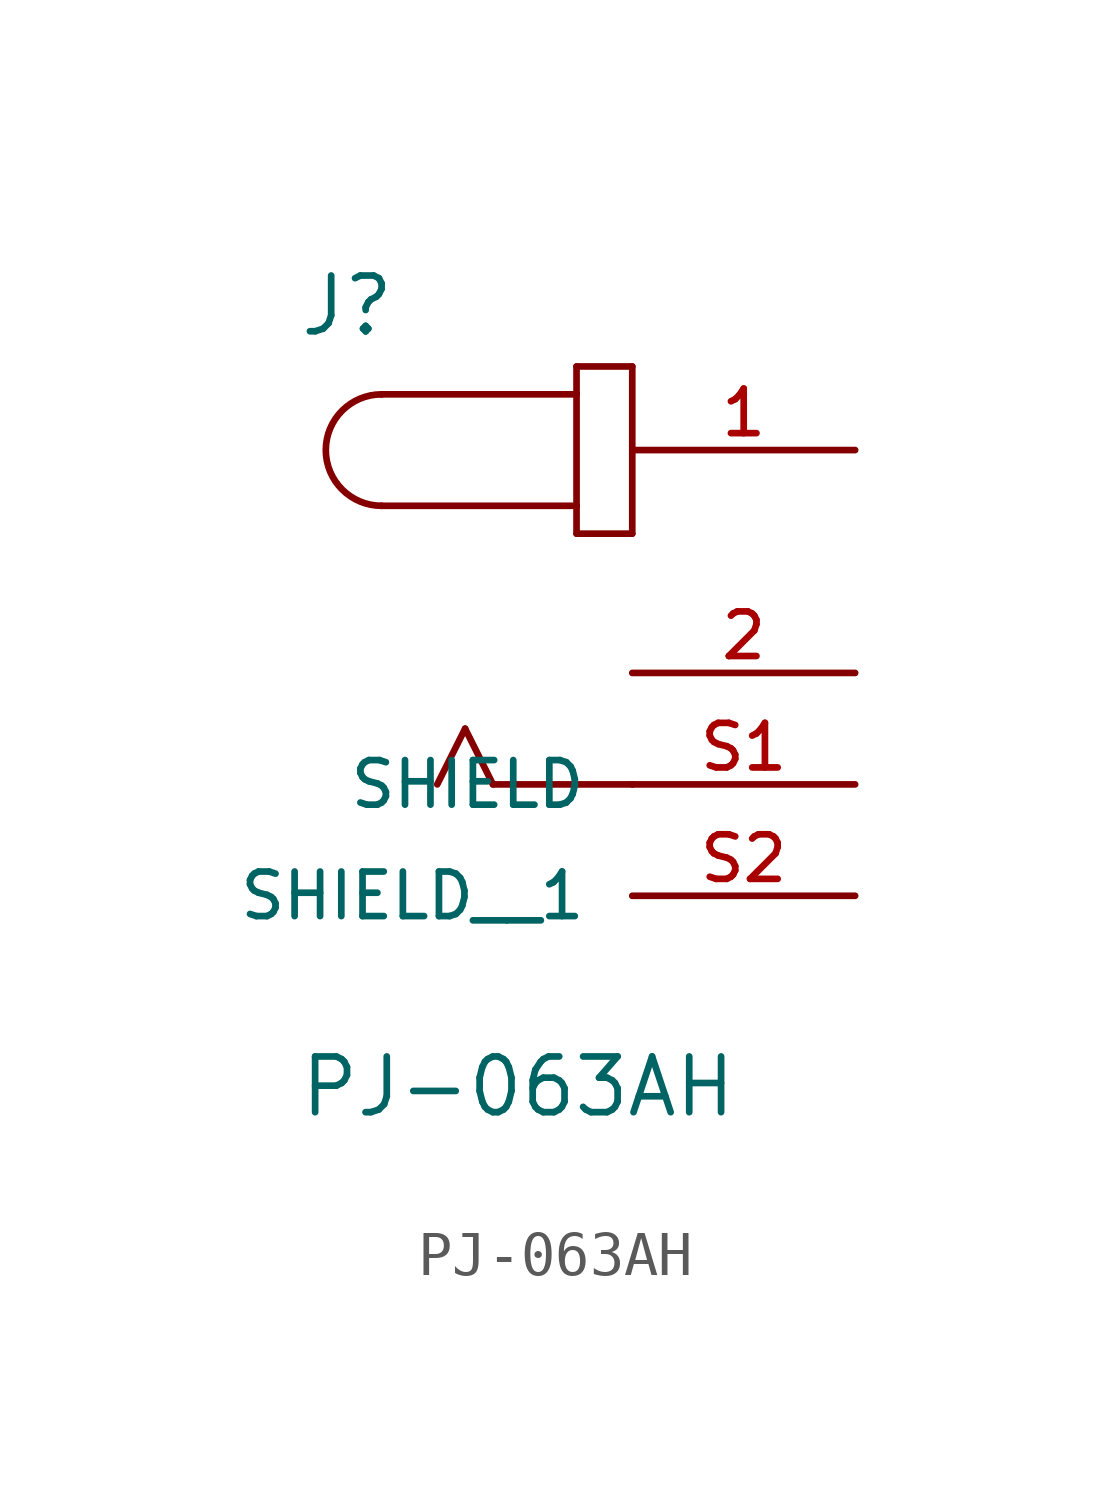
<source format=kicad_sym>
(kicad_symbol_lib
  (version 20211014)
  (generator kicad_symbol_editor)
  (symbol "PJ-063AH"
    (pin_names
      (offset 1.016))
    (property "Reference" "J"
      (at -7.628 5.085 0)
      (effects (font (size 1.27 1.27)) (justify bottom left)))
    (property "Value" "PJ-063AH"
      (at -7.631 -12.715 0)
      (effects (font (size 1.27 1.27)) (justify bottom left)))
    (symbol "PJ-063AH_0_0"
      (arc (start -5.715 3.81) (mid -6.985 2.54) (end -5.715 1.27) (stroke (width 0.1524) (type default) (color 0 0 0 0)) (fill (type none)))
      (polyline (pts (xy -5.715 3.81) (xy -1.27 3.81)) (stroke (width 0.152)))
      (polyline (pts (xy -1.27 3.81) (xy -1.27 1.27)) (stroke (width 0.152)))
      (polyline (pts (xy -1.27 1.27) (xy -5.715 1.27)) (stroke (width 0.152)))
      (polyline (pts (xy -1.27 1.27) (xy -1.27 0.635)) (stroke (width 0.152)))
      (polyline (pts (xy -1.27 0.635) (xy 0.0 0.635)) (stroke (width 0.152)))
      (polyline (pts (xy 0.0 0.635) (xy 0.0 4.445)) (stroke (width 0.152)))
      (polyline (pts (xy 0.0 4.445) (xy -1.27 4.445)) (stroke (width 0.152)))
      (polyline (pts (xy -1.27 4.445) (xy -1.27 3.81)) (stroke (width 0.152)))
      (polyline (pts (xy 0.0 -5.08) (xy -3.175 -5.08)) (stroke (width 0.152)))
      (polyline (pts (xy -3.175 -5.08) (xy -3.81 -3.81)) (stroke (width 0.152)))
      (polyline (pts (xy -3.81 -3.81) (xy -4.445 -5.08)) (stroke (width 0.152)))
      (pin passive line (at 5.08 2.54 180.0) (length 5.08) (name "~" (effects (font (size 1.016 1.016)))) (number "1" (effects (font (size 1.016 1.016)))))
      (pin passive line (at 5.08 -2.54 180.0) (length 5.08) (name "~" (effects (font (size 1.016 1.016)))) (number "2" (effects (font (size 1.016 1.016)))))
      (pin power_in line (at 5.08 -5.08 180.0) (length 5.08) (name "SHIELD" (effects (font (size 1.016 1.016)))) (number "S1" (effects (font (size 1.016 1.016)))))
      (pin power_in line (at 5.08 -7.62 180.0) (length 5.08) (name "SHIELD__1" (effects (font (size 1.016 1.016)))) (number "S2" (effects (font (size 1.016 1.016))))))))
</source>
